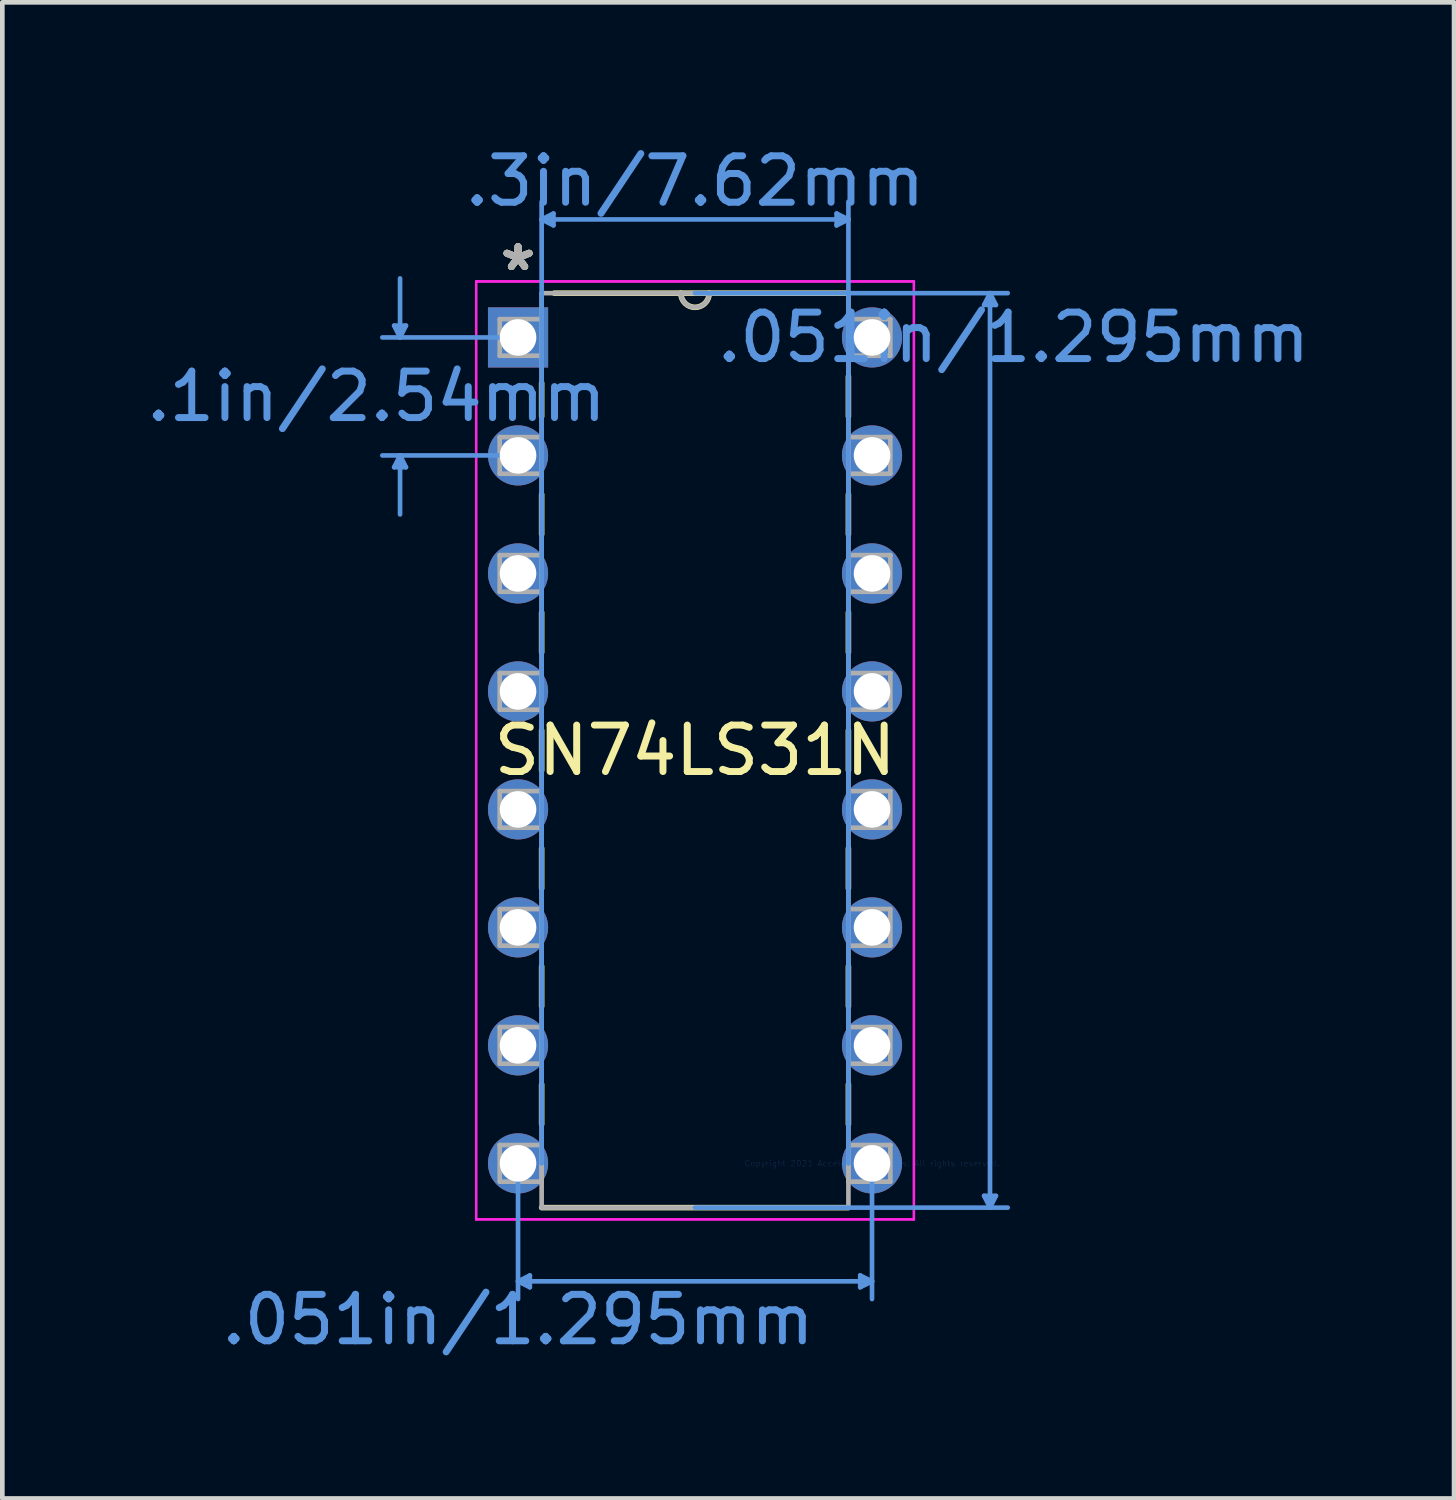
<source format=kicad_pcb>
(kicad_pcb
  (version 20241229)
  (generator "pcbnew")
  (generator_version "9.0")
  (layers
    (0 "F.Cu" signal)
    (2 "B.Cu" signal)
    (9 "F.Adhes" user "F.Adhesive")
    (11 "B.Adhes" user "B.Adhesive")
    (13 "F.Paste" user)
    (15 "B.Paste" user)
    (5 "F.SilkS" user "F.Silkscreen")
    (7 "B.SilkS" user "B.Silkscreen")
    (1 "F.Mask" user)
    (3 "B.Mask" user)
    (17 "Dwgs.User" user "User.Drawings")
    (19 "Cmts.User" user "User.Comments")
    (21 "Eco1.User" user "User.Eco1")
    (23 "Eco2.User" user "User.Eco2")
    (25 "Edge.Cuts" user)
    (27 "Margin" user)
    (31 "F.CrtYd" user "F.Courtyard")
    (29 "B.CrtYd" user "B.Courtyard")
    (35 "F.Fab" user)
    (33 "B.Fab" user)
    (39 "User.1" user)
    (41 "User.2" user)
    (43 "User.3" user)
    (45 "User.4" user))
  (footprint "SN74LS31N"
    (layer "F.Cu")
    (at 15.722 21.994)
    (property "Reference" "SN74LS31N" (at -3.81 -8.89 0) (layer "F.SilkS") (effects (font (size 1 1) (thickness 0.15))))
    (attr through_hole)
    (fp_line (start -7.112 -16.8) (end -7.112 -16.079) (stroke (width 0.12) (type solid)) (layer "F.SilkS"))
    (fp_line (start -7.112 -14.401) (end -7.112 -13.539) (stroke (width 0.12) (type solid)) (layer "F.SilkS"))
    (fp_line (start -7.112 -11.861) (end -7.112 -10.999) (stroke (width 0.12) (type solid)) (layer "F.SilkS"))
    (fp_line (start -7.112 -9.321) (end -7.112 -8.459) (stroke (width 0.12) (type solid)) (layer "F.SilkS"))
    (fp_line (start -7.112 -6.781) (end -7.112 -5.919) (stroke (width 0.12) (type solid)) (layer "F.SilkS"))
    (fp_line (start -7.112 -4.241) (end -7.112 -3.379) (stroke (width 0.12) (type solid)) (layer "F.SilkS"))
    (fp_line (start -7.112 -1.701) (end -7.112 -0.839) (stroke (width 0.12) (type solid)) (layer "F.SilkS"))
    (fp_line (start -7.112 0.953) (end -0.508 0.953) (stroke (width 0.12) (type solid)) (layer "F.SilkS"))
    (fp_line (start -0.508 -18.733) (end -6.839 -18.733) (stroke (width 0.12) (type solid)) (layer "F.SilkS"))
    (fp_line (start -0.508 -16.079) (end -0.508 -16.941) (stroke (width 0.12) (type solid)) (layer "F.SilkS"))
    (fp_line (start -0.508 -13.539) (end -0.508 -14.401) (stroke (width 0.12) (type solid)) (layer "F.SilkS"))
    (fp_line (start -0.508 -10.999) (end -0.508 -11.861) (stroke (width 0.12) (type solid)) (layer "F.SilkS"))
    (fp_line (start -0.508 -8.459) (end -0.508 -9.321) (stroke (width 0.12) (type solid)) (layer "F.SilkS"))
    (fp_line (start -0.508 -5.919) (end -0.508 -6.781) (stroke (width 0.12) (type solid)) (layer "F.SilkS"))
    (fp_line (start -0.508 -3.379) (end -0.508 -4.241) (stroke (width 0.12) (type solid)) (layer "F.SilkS"))
    (fp_line (start -0.508 -0.839) (end -0.508 -1.701) (stroke (width 0.12) (type solid)) (layer "F.SilkS"))
    (fp_arc (start -3.5052 -18.7325) (mid -3.81 -18.4277) (end -4.1148 -18.7325) (stroke (width 0.12) (type solid)) (layer "F.SilkS"))
    (fp_line (start -10.287 -18.034) (end -10.033 -18.034) (stroke (width 0.1) (type solid)) (layer "Cmts.User"))
    (fp_line (start -10.287 -14.986) (end -10.033 -14.986) (stroke (width 0.1) (type solid)) (layer "Cmts.User"))
    (fp_line (start -10.16 -17.78) (end -10.287 -18.034) (stroke (width 0.1) (type solid)) (layer "Cmts.User"))
    (fp_line (start -10.16 -17.78) (end -10.16 -19.05) (stroke (width 0.1) (type solid)) (layer "Cmts.User"))
    (fp_line (start -10.16 -17.78) (end -10.033 -18.034) (stroke (width 0.1) (type solid)) (layer "Cmts.User"))
    (fp_line (start -10.16 -15.24) (end -10.287 -14.986) (stroke (width 0.1) (type solid)) (layer "Cmts.User"))
    (fp_line (start -10.16 -15.24) (end -10.16 -13.97) (stroke (width 0.1) (type solid)) (layer "Cmts.User"))
    (fp_line (start -10.16 -15.24) (end -10.033 -14.986) (stroke (width 0.1) (type solid)) (layer "Cmts.User"))
    (fp_line (start -7.62 -17.78) (end -10.541 -17.78) (stroke (width 0.1) (type solid)) (layer "Cmts.User"))
    (fp_line (start -7.62 -15.24) (end -10.541 -15.24) (stroke (width 0.1) (type solid)) (layer "Cmts.User"))
    (fp_line (start -7.62 0) (end -7.62 2.921) (stroke (width 0.1) (type solid)) (layer "Cmts.User"))
    (fp_line (start -7.62 2.54) (end -7.366 2.413) (stroke (width 0.1) (type solid)) (layer "Cmts.User"))
    (fp_line (start -7.62 2.54) (end -7.366 2.667) (stroke (width 0.1) (type solid)) (layer "Cmts.User"))
    (fp_line (start -7.62 2.54) (end 0 2.54) (stroke (width 0.1) (type solid)) (layer "Cmts.User"))
    (fp_line (start -7.366 2.413) (end -7.366 2.667) (stroke (width 0.1) (type solid)) (layer "Cmts.User"))
    (fp_line (start -7.112 -20.32) (end -6.858 -20.447) (stroke (width 0.1) (type solid)) (layer "Cmts.User"))
    (fp_line (start -7.112 -20.32) (end -6.858 -20.193) (stroke (width 0.1) (type solid)) (layer "Cmts.User"))
    (fp_line (start -7.112 -20.32) (end -0.508 -20.32) (stroke (width 0.1) (type solid)) (layer "Cmts.User"))
    (fp_line (start -7.112 0) (end -7.112 -20.701) (stroke (width 0.1) (type solid)) (layer "Cmts.User"))
    (fp_line (start -6.858 -20.447) (end -6.858 -20.193) (stroke (width 0.1) (type solid)) (layer "Cmts.User"))
    (fp_line (start -3.81 -18.733) (end 2.921 -18.733) (stroke (width 0.1) (type solid)) (layer "Cmts.User"))
    (fp_line (start -3.81 0.953) (end 2.921 0.953) (stroke (width 0.1) (type solid)) (layer "Cmts.User"))
    (fp_line (start -0.762 -20.447) (end -0.762 -20.193) (stroke (width 0.1) (type solid)) (layer "Cmts.User"))
    (fp_line (start -0.508 -20.32) (end -0.762 -20.447) (stroke (width 0.1) (type solid)) (layer "Cmts.User"))
    (fp_line (start -0.508 -20.32) (end -0.762 -20.193) (stroke (width 0.1) (type solid)) (layer "Cmts.User"))
    (fp_line (start -0.508 0) (end -0.508 -20.701) (stroke (width 0.1) (type solid)) (layer "Cmts.User"))
    (fp_line (start -0.254 2.413) (end -0.254 2.667) (stroke (width 0.1) (type solid)) (layer "Cmts.User"))
    (fp_line (start 0 0) (end 0 2.921) (stroke (width 0.1) (type solid)) (layer "Cmts.User"))
    (fp_line (start 0 2.54) (end -0.254 2.413) (stroke (width 0.1) (type solid)) (layer "Cmts.User"))
    (fp_line (start 0 2.54) (end -0.254 2.667) (stroke (width 0.1) (type solid)) (layer "Cmts.User"))
    (fp_line (start 2.413 -18.479) (end 2.667 -18.479) (stroke (width 0.1) (type solid)) (layer "Cmts.User"))
    (fp_line (start 2.413 0.699) (end 2.667 0.699) (stroke (width 0.1) (type solid)) (layer "Cmts.User"))
    (fp_line (start 2.54 -18.733) (end 2.413 -18.479) (stroke (width 0.1) (type solid)) (layer "Cmts.User"))
    (fp_line (start 2.54 -18.733) (end 2.54 0.953) (stroke (width 0.1) (type solid)) (layer "Cmts.User"))
    (fp_line (start 2.54 -18.733) (end 2.667 -18.479) (stroke (width 0.1) (type solid)) (layer "Cmts.User"))
    (fp_line (start 2.54 0.953) (end 2.413 0.699) (stroke (width 0.1) (type solid)) (layer "Cmts.User"))
    (fp_line (start 2.54 0.953) (end 2.667 0.699) (stroke (width 0.1) (type solid)) (layer "Cmts.User"))
    (fp_line (start -8.522 -18.986) (end -8.522 1.206) (stroke (width 0.05) (type solid)) (layer "F.CrtYd"))
    (fp_line (start -8.522 -18.986) (end 0.902 -18.986) (stroke (width 0.05) (type solid)) (layer "F.CrtYd"))
    (fp_line (start -8.522 1.206) (end -8.522 -18.986) (stroke (width 0.05) (type solid)) (layer "F.CrtYd"))
    (fp_line (start -8.522 1.206) (end 0.902 1.206) (stroke (width 0.05) (type solid)) (layer "F.CrtYd"))
    (fp_line (start 0.902 -18.986) (end -8.522 -18.986) (stroke (width 0.05) (type solid)) (layer "F.CrtYd"))
    (fp_line (start 0.902 -18.986) (end 0.902 1.206) (stroke (width 0.05) (type solid)) (layer "F.CrtYd"))
    (fp_line (start 0.902 1.206) (end -8.522 1.206) (stroke (width 0.05) (type solid)) (layer "F.CrtYd"))
    (fp_line (start 0.902 1.206) (end 0.902 -18.986) (stroke (width 0.05) (type solid)) (layer "F.CrtYd"))
    (fp_line (start -8.014 -18.174) (end -8.014 -17.386) (stroke (width 0.1) (type solid)) (layer "F.Fab"))
    (fp_line (start -8.014 -17.386) (end -7.112 -17.386) (stroke (width 0.1) (type solid)) (layer "F.Fab"))
    (fp_line (start -8.014 -15.634) (end -8.014 -14.846) (stroke (width 0.1) (type solid)) (layer "F.Fab"))
    (fp_line (start -8.014 -14.846) (end -7.112 -14.846) (stroke (width 0.1) (type solid)) (layer "F.Fab"))
    (fp_line (start -8.014 -13.094) (end -8.014 -12.306) (stroke (width 0.1) (type solid)) (layer "F.Fab"))
    (fp_line (start -8.014 -12.306) (end -7.112 -12.306) (stroke (width 0.1) (type solid)) (layer "F.Fab"))
    (fp_line (start -8.014 -10.554) (end -8.014 -9.766) (stroke (width 0.1) (type solid)) (layer "F.Fab"))
    (fp_line (start -8.014 -9.766) (end -7.112 -9.766) (stroke (width 0.1) (type solid)) (layer "F.Fab"))
    (fp_line (start -8.014 -8.014) (end -8.014 -7.226) (stroke (width 0.1) (type solid)) (layer "F.Fab"))
    (fp_line (start -8.014 -7.226) (end -7.112 -7.226) (stroke (width 0.1) (type solid)) (layer "F.Fab"))
    (fp_line (start -8.014 -5.474) (end -8.014 -4.686) (stroke (width 0.1) (type solid)) (layer "F.Fab"))
    (fp_line (start -8.014 -4.686) (end -7.112 -4.686) (stroke (width 0.1) (type solid)) (layer "F.Fab"))
    (fp_line (start -8.014 -2.934) (end -8.014 -2.146) (stroke (width 0.1) (type solid)) (layer "F.Fab"))
    (fp_line (start -8.014 -2.146) (end -7.112 -2.146) (stroke (width 0.1) (type solid)) (layer "F.Fab"))
    (fp_line (start -8.014 -0.394) (end -8.014 0.394) (stroke (width 0.1) (type solid)) (layer "F.Fab"))
    (fp_line (start -8.014 0.394) (end -7.112 0.394) (stroke (width 0.1) (type solid)) (layer "F.Fab"))
    (fp_line (start -7.112 -18.733) (end -7.112 0.953) (stroke (width 0.1) (type solid)) (layer "F.Fab"))
    (fp_line (start -7.112 -18.174) (end -8.014 -18.174) (stroke (width 0.1) (type solid)) (layer "F.Fab"))
    (fp_line (start -7.112 -17.386) (end -7.112 -18.174) (stroke (width 0.1) (type solid)) (layer "F.Fab"))
    (fp_line (start -7.112 -15.634) (end -8.014 -15.634) (stroke (width 0.1) (type solid)) (layer "F.Fab"))
    (fp_line (start -7.112 -14.846) (end -7.112 -15.634) (stroke (width 0.1) (type solid)) (layer "F.Fab"))
    (fp_line (start -7.112 -13.094) (end -8.014 -13.094) (stroke (width 0.1) (type solid)) (layer "F.Fab"))
    (fp_line (start -7.112 -12.306) (end -7.112 -13.094) (stroke (width 0.1) (type solid)) (layer "F.Fab"))
    (fp_line (start -7.112 -10.554) (end -8.014 -10.554) (stroke (width 0.1) (type solid)) (layer "F.Fab"))
    (fp_line (start -7.112 -9.766) (end -7.112 -10.554) (stroke (width 0.1) (type solid)) (layer "F.Fab"))
    (fp_line (start -7.112 -8.014) (end -8.014 -8.014) (stroke (width 0.1) (type solid)) (layer "F.Fab"))
    (fp_line (start -7.112 -7.226) (end -7.112 -8.014) (stroke (width 0.1) (type solid)) (layer "F.Fab"))
    (fp_line (start -7.112 -5.474) (end -8.014 -5.474) (stroke (width 0.1) (type solid)) (layer "F.Fab"))
    (fp_line (start -7.112 -4.686) (end -7.112 -5.474) (stroke (width 0.1) (type solid)) (layer "F.Fab"))
    (fp_line (start -7.112 -2.934) (end -8.014 -2.934) (stroke (width 0.1) (type solid)) (layer "F.Fab"))
    (fp_line (start -7.112 -2.146) (end -7.112 -2.934) (stroke (width 0.1) (type solid)) (layer "F.Fab"))
    (fp_line (start -7.112 -0.394) (end -8.014 -0.394) (stroke (width 0.1) (type solid)) (layer "F.Fab"))
    (fp_line (start -7.112 0.394) (end -7.112 -0.394) (stroke (width 0.1) (type solid)) (layer "F.Fab"))
    (fp_line (start -7.112 0.953) (end -0.508 0.953) (stroke (width 0.1) (type solid)) (layer "F.Fab"))
    (fp_line (start -0.508 -18.733) (end -7.112 -18.733) (stroke (width 0.1) (type solid)) (layer "F.Fab"))
    (fp_line (start -0.508 -18.174) (end -0.508 -17.386) (stroke (width 0.1) (type solid)) (layer "F.Fab"))
    (fp_line (start -0.508 -17.386) (end 0.394 -17.386) (stroke (width 0.1) (type solid)) (layer "F.Fab"))
    (fp_line (start -0.508 -15.634) (end -0.508 -14.846) (stroke (width 0.1) (type solid)) (layer "F.Fab"))
    (fp_line (start -0.508 -14.846) (end 0.394 -14.846) (stroke (width 0.1) (type solid)) (layer "F.Fab"))
    (fp_line (start -0.508 -13.094) (end -0.508 -12.306) (stroke (width 0.1) (type solid)) (layer "F.Fab"))
    (fp_line (start -0.508 -12.306) (end 0.394 -12.306) (stroke (width 0.1) (type solid)) (layer "F.Fab"))
    (fp_line (start -0.508 -10.554) (end -0.508 -9.766) (stroke (width 0.1) (type solid)) (layer "F.Fab"))
    (fp_line (start -0.508 -9.766) (end 0.394 -9.766) (stroke (width 0.1) (type solid)) (layer "F.Fab"))
    (fp_line (start -0.508 -8.014) (end -0.508 -7.226) (stroke (width 0.1) (type solid)) (layer "F.Fab"))
    (fp_line (start -0.508 -7.226) (end 0.394 -7.226) (stroke (width 0.1) (type solid)) (layer "F.Fab"))
    (fp_line (start -0.508 -5.474) (end -0.508 -4.686) (stroke (width 0.1) (type solid)) (layer "F.Fab"))
    (fp_line (start -0.508 -4.686) (end 0.394 -4.686) (stroke (width 0.1) (type solid)) (layer "F.Fab"))
    (fp_line (start -0.508 -2.934) (end -0.508 -2.146) (stroke (width 0.1) (type solid)) (layer "F.Fab"))
    (fp_line (start -0.508 -2.146) (end 0.394 -2.146) (stroke (width 0.1) (type solid)) (layer "F.Fab"))
    (fp_line (start -0.508 -0.394) (end -0.508 0.394) (stroke (width 0.1) (type solid)) (layer "F.Fab"))
    (fp_line (start -0.508 0.394) (end 0.394 0.394) (stroke (width 0.1) (type solid)) (layer "F.Fab"))
    (fp_line (start -0.508 0.953) (end -0.508 -18.733) (stroke (width 0.1) (type solid)) (layer "F.Fab"))
    (fp_line (start 0.394 -18.174) (end -0.508 -18.174) (stroke (width 0.1) (type solid)) (layer "F.Fab"))
    (fp_line (start 0.394 -17.386) (end 0.394 -18.174) (stroke (width 0.1) (type solid)) (layer "F.Fab"))
    (fp_line (start 0.394 -15.634) (end -0.508 -15.634) (stroke (width 0.1) (type solid)) (layer "F.Fab"))
    (fp_line (start 0.394 -14.846) (end 0.394 -15.634) (stroke (width 0.1) (type solid)) (layer "F.Fab"))
    (fp_line (start 0.394 -13.094) (end -0.508 -13.094) (stroke (width 0.1) (type solid)) (layer "F.Fab"))
    (fp_line (start 0.394 -12.306) (end 0.394 -13.094) (stroke (width 0.1) (type solid)) (layer "F.Fab"))
    (fp_line (start 0.394 -10.554) (end -0.508 -10.554) (stroke (width 0.1) (type solid)) (layer "F.Fab"))
    (fp_line (start 0.394 -9.766) (end 0.394 -10.554) (stroke (width 0.1) (type solid)) (layer "F.Fab"))
    (fp_line (start 0.394 -8.014) (end -0.508 -8.014) (stroke (width 0.1) (type solid)) (layer "F.Fab"))
    (fp_line (start 0.394 -7.226) (end 0.394 -8.014) (stroke (width 0.1) (type solid)) (layer "F.Fab"))
    (fp_line (start 0.394 -5.474) (end -0.508 -5.474) (stroke (width 0.1) (type solid)) (layer "F.Fab"))
    (fp_line (start 0.394 -4.686) (end 0.394 -5.474) (stroke (width 0.1) (type solid)) (layer "F.Fab"))
    (fp_line (start 0.394 -2.934) (end -0.508 -2.934) (stroke (width 0.1) (type solid)) (layer "F.Fab"))
    (fp_line (start 0.394 -2.146) (end 0.394 -2.934) (stroke (width 0.1) (type solid)) (layer "F.Fab"))
    (fp_line (start 0.394 -0.394) (end -0.508 -0.394) (stroke (width 0.1) (type solid)) (layer "F.Fab"))
    (fp_line (start 0.394 0.394) (end 0.394 -0.394) (stroke (width 0.1) (type solid)) (layer "F.Fab"))
    (fp_arc (start -3.5052 -18.7325) (mid -3.81 -18.4277) (end -4.1148 -18.7325) (stroke (width 0.1) (type solid)) (layer "F.Fab"))
    (fp_text user "*" (at -7.62 -19.19 0) (layer "F.SilkS") (effects (font (size 1 1) (thickness 0.15))))
    (fp_text user "*" (at -7.62 -19.19 0) (layer "F.SilkS") (effects (font (size 1 1) (thickness 0.15))))
    (fp_text user "Copyright 2021 Accelerated Designs. All rights reserved." (at 0 0 0) (layer "Cmts.User") (effects (font (size 0.127 0.127) (thickness 0.002))))
    (fp_text user ".051in/1.295mm" (at 3.048 -17.78 0) (layer "Cmts.User") (effects (font (size 1 1) (thickness 0.15))))
    (fp_text user ".1in/2.54mm" (at -10.668 -16.51 0) (layer "Cmts.User") (effects (font (size 1 1) (thickness 0.15))))
    (fp_text user ".051in/1.295mm" (at -7.62 3.365 0) (layer "Cmts.User") (effects (font (size 1 1) (thickness 0.15))))
    (fp_text user ".3in/7.62mm" (at -3.81 -21.145 0) (layer "Cmts.User") (effects (font (size 1 1) (thickness 0.15))))
    (fp_text user "*" (at -7.62 -19.19 0) (layer "F.Fab") (effects (font (size 1 1) (thickness 0.15))))
    (fp_text user "*" (at -7.62 -19.19 0) (layer "F.Fab") (effects (font (size 1 1) (thickness 0.15))))
    (pad "1" thru_hole rect (at -7.62 -17.78) (size 1.295 1.295) (drill 0.787) (layers "*.Cu" "*.Mask"))
    (pad "2" thru_hole circle (at -7.62 -15.24) (size 1.295 1.295) (drill 0.787) (layers "*.Cu" "*.Mask"))
    (pad "3" thru_hole circle (at -7.62 -12.7) (size 1.295 1.295) (drill 0.787) (layers "*.Cu" "*.Mask"))
    (pad "4" thru_hole circle (at -7.62 -10.16) (size 1.295 1.295) (drill 0.787) (layers "*.Cu" "*.Mask"))
    (pad "5" thru_hole circle (at -7.62 -7.62) (size 1.295 1.295) (drill 0.787) (layers "*.Cu" "*.Mask"))
    (pad "6" thru_hole circle (at -7.62 -5.08) (size 1.295 1.295) (drill 0.787) (layers "*.Cu" "*.Mask"))
    (pad "7" thru_hole circle (at -7.62 -2.54) (size 1.295 1.295) (drill 0.787) (layers "*.Cu" "*.Mask"))
    (pad "8" thru_hole circle (at -7.62 0) (size 1.295 1.295) (drill 0.787) (layers "*.Cu" "*.Mask"))
    (pad "9" thru_hole circle (at 0 0) (size 1.295 1.295) (drill 0.787) (layers "*.Cu" "*.Mask"))
    (pad "10" thru_hole circle (at 0 -2.54) (size 1.295 1.295) (drill 0.787) (layers "*.Cu" "*.Mask"))
    (pad "11" thru_hole circle (at 0 -5.08) (size 1.295 1.295) (drill 0.787) (layers "*.Cu" "*.Mask"))
    (pad "12" thru_hole circle (at 0 -7.62) (size 1.295 1.295) (drill 0.787) (layers "*.Cu" "*.Mask"))
    (pad "13" thru_hole circle (at 0 -10.16) (size 1.295 1.295) (drill 0.787) (layers "*.Cu" "*.Mask"))
    (pad "14" thru_hole circle (at 0 -12.7) (size 1.295 1.295) (drill 0.787) (layers "*.Cu" "*.Mask"))
    (pad "15" thru_hole circle (at 0 -15.24) (size 1.295 1.295) (drill 0.787) (layers "*.Cu" "*.Mask"))
    (pad "16" thru_hole circle (at 0 -17.78) (size 1.295 1.295) (drill 0.787) (layers "*.Cu" "*.Mask")))
  (gr_rect
    (start -3 -3)
    (end 28.252 29.207)
    (stroke (width 0.1) (type default))
    (fill no)
    (layer "Edge.Cuts")))
</source>
